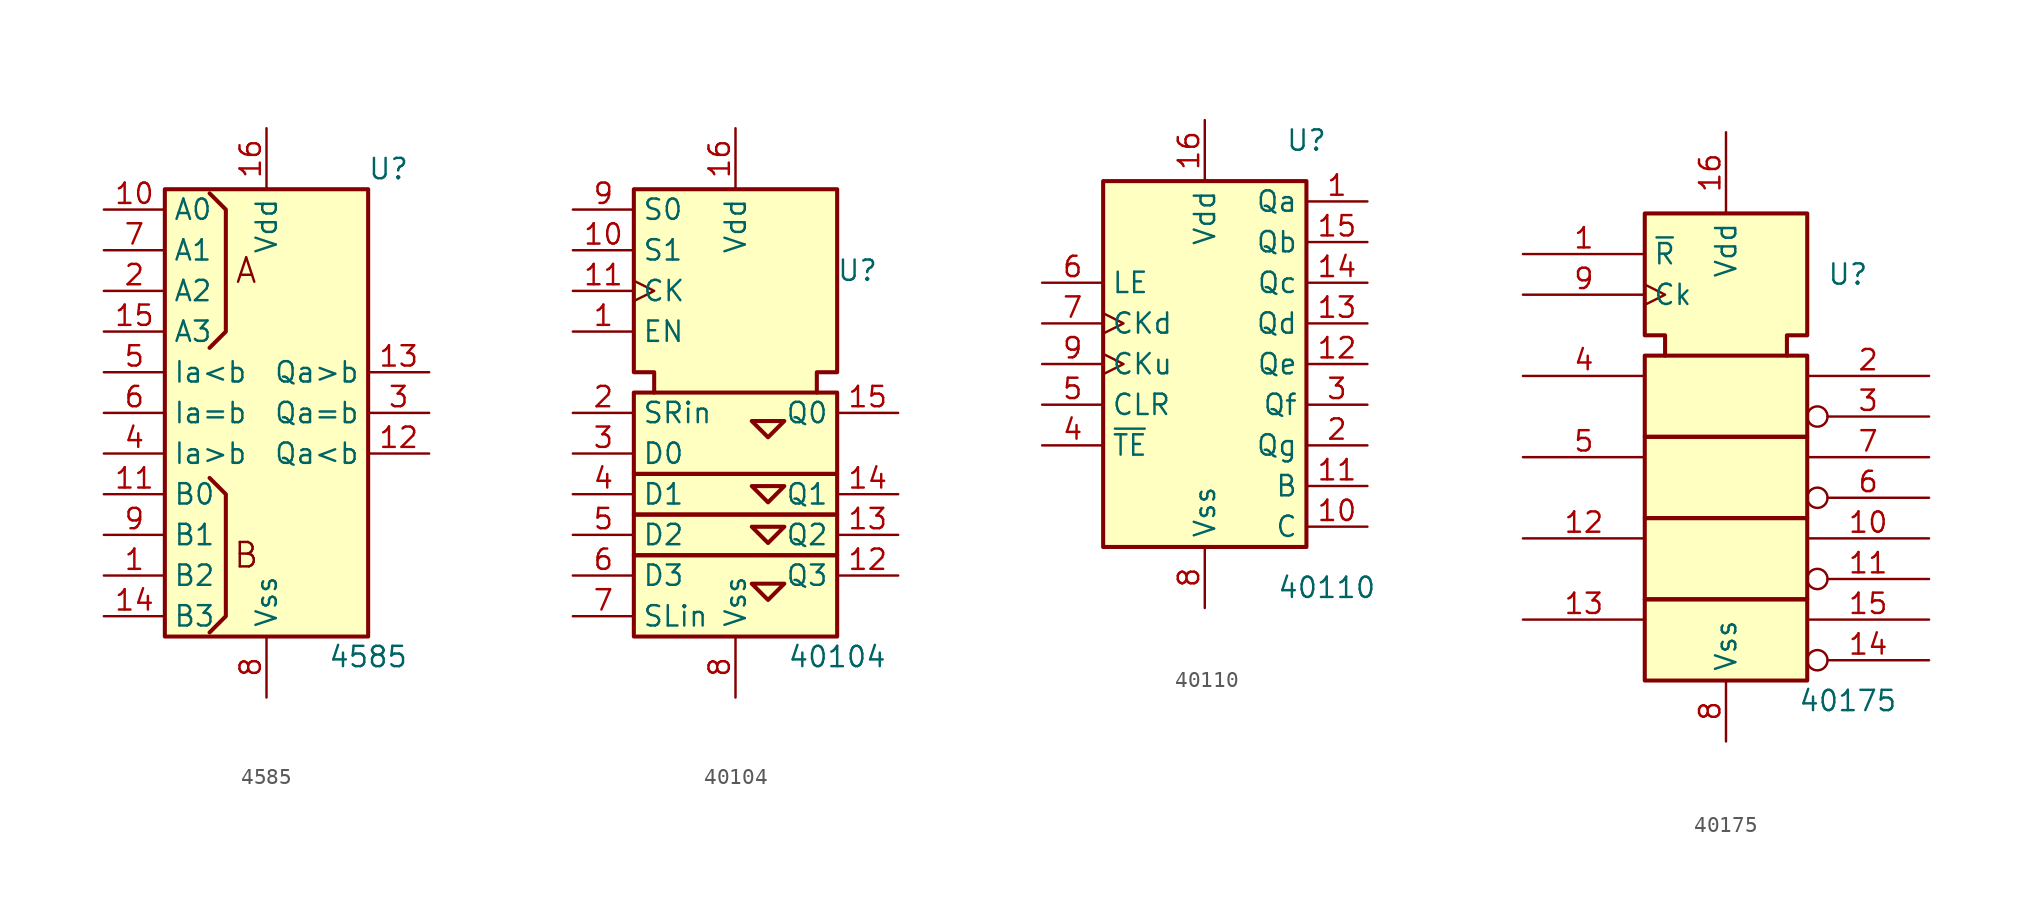
<source format=kicad_sym>
(kicad_symbol_lib
  (version 20220914)
  (generator kicad_symbol_editor)
  (symbol "4585"
    (property "Reference" "U"
      (at 7.62 15.24 0)
      (effects (font (size 1.27 1.27))))
    (property "Value" "4585"
      (at 6.35 -15.24 0)
      (effects (font (size 1.27 1.27))))
    (symbol "4585_0_0"
      (rectangle (start -6.35 13.97) (end 6.35 -13.97) (stroke (width 0.254) (type default)) (fill (type background)))
      (polyline (pts (xy -3.556 -4.064) (xy -2.54 -5.08) (xy -2.54 -12.7) (xy -3.556 -13.716) (xy -3.556 -13.716)) (stroke (width 0.254) (type default)) (fill (type background)))
      (text "A" (at -1.27 8.89 0) (effects (font (size 1.524 1.524))))
      (text "B" (at -1.27 -8.89 0) (effects (font (size 1.524 1.524)))))
    (symbol "4585_0_1"
      (polyline (pts (xy -3.556 4.064) (xy -2.54 5.08) (xy -2.54 12.7) (xy -3.556 13.716) (xy -3.556 13.716)) (stroke (width 0.254) (type default)) (fill (type background)))
      (pin power_in line (at 0 17.78 270) (length 3.81) (name "Vdd" (effects (font (size 1.27 1.27)))) (number "16" (effects (font (size 1.27 1.27)))))
      (pin power_in line (at 0 -17.78 90) (length 3.81) (name "Vss" (effects (font (size 1.27 1.27)))) (number "8" (effects (font (size 1.27 1.27))))))
    (symbol "4585_1_1"
      (pin input line (at -10.16 -10.16 0) (length 3.81) (name "B2" (effects (font (size 1.27 1.27)))) (number "1" (effects (font (size 1.27 1.27)))))
      (pin input line (at -10.16 12.7 0) (length 3.81) (name "A0" (effects (font (size 1.27 1.27)))) (number "10" (effects (font (size 1.27 1.27)))))
      (pin input line (at -10.16 -5.08 0) (length 3.81) (name "B0" (effects (font (size 1.27 1.27)))) (number "11" (effects (font (size 1.27 1.27)))))
      (pin output line (at 10.16 -2.54 180) (length 3.81) (name "Qa<b" (effects (font (size 1.27 1.27)))) (number "12" (effects (font (size 1.27 1.27)))))
      (pin output line (at 10.16 2.54 180) (length 3.81) (name "Qa>b" (effects (font (size 1.27 1.27)))) (number "13" (effects (font (size 1.27 1.27)))))
      (pin input line (at -10.16 -12.7 0) (length 3.81) (name "B3" (effects (font (size 1.27 1.27)))) (number "14" (effects (font (size 1.27 1.27)))))
      (pin input line (at -10.16 5.08 0) (length 3.81) (name "A3" (effects (font (size 1.27 1.27)))) (number "15" (effects (font (size 1.27 1.27)))))
      (pin input line (at -10.16 7.62 0) (length 3.81) (name "A2" (effects (font (size 1.27 1.27)))) (number "2" (effects (font (size 1.27 1.27)))))
      (pin output line (at 10.16 0 180) (length 3.81) (name "Qa=b" (effects (font (size 1.27 1.27)))) (number "3" (effects (font (size 1.27 1.27)))))
      (pin input line (at -10.16 -2.54 0) (length 3.81) (name "Ia>b" (effects (font (size 1.27 1.27)))) (number "4" (effects (font (size 1.27 1.27)))))
      (pin input line (at -10.16 2.54 0) (length 3.81) (name "Ia<b" (effects (font (size 1.27 1.27)))) (number "5" (effects (font (size 1.27 1.27)))))
      (pin input line (at -10.16 0 0) (length 3.81) (name "Ia=b" (effects (font (size 1.27 1.27)))) (number "6" (effects (font (size 1.27 1.27)))))
      (pin input line (at -10.16 10.16 0) (length 3.81) (name "A1" (effects (font (size 1.27 1.27)))) (number "7" (effects (font (size 1.27 1.27)))))
      (pin input line (at -10.16 -7.62 0) (length 3.81) (name "B1" (effects (font (size 1.27 1.27)))) (number "9" (effects (font (size 1.27 1.27)))))))
  (symbol "40104"
    (property "Reference" "U"
      (at 7.62 8.89 0)
      (effects (font (size 1.27 1.27))))
    (property "Value" "40104"
      (at 6.35 -15.24 0)
      (effects (font (size 1.27 1.27))))
    (symbol "40104_0_0"
      (rectangle (start -6.35 -8.89) (end 6.35 -13.97) (stroke (width 0.254) (type default)) (fill (type background)))
      (rectangle (start -6.35 -6.35) (end 6.35 -8.89) (stroke (width 0.254) (type default)) (fill (type background))))
    (symbol "40104_0_1"
      (rectangle (start -6.35 -3.81) (end 6.35 -6.35) (stroke (width 0.254) (type default)) (fill (type background)))
      (rectangle (start -6.35 1.27) (end 6.35 -3.81) (stroke (width 0.254) (type default)) (fill (type background)))
      (polyline (pts (xy 1.016 -10.668) (xy 3.048 -10.668) (xy 2.032 -11.684) (xy 1.016 -10.668) (xy 1.016 -10.668)) (stroke (width 0.254) (type default)) (fill (type background)))
      (polyline (pts (xy 1.016 -7.112) (xy 2.032 -8.128) (xy 3.048 -7.112) (xy 1.016 -7.112) (xy 1.016 -7.112)) (stroke (width 0.254) (type default)) (fill (type background)))
      (polyline (pts (xy 1.016 -4.572) (xy 2.032 -5.588) (xy 3.048 -4.572) (xy 1.016 -4.572) (xy 1.016 -4.572)) (stroke (width 0.254) (type default)) (fill (type background)))
      (polyline (pts (xy 1.016 -0.508) (xy 2.032 -1.524) (xy 3.048 -0.508) (xy 1.016 -0.508) (xy 1.016 -0.508)) (stroke (width 0.254) (type default)) (fill (type background)))
      (polyline (pts (xy -5.08 1.27) (xy -5.08 2.54) (xy -6.35 2.54) (xy -6.35 13.97) (xy 6.35 13.97) (xy 6.35 2.54) (xy 5.08 2.54) (xy 5.08 1.27) (xy 5.08 1.27)) (stroke (width 0.254) (type default)) (fill (type background))))
    (symbol "40104_1_1"
      (pin input line (at -10.16 5.08 0) (length 3.81) (name "EN" (effects (font (size 1.27 1.27)))) (number "1" (effects (font (size 1.27 1.27)))))
      (pin input line (at -10.16 10.16 0) (length 3.81) (name "S1" (effects (font (size 1.27 1.27)))) (number "10" (effects (font (size 1.27 1.27)))))
      (pin input clock (at -10.16 7.62 0) (length 3.81) (name "CK" (effects (font (size 1.27 1.27)))) (number "11" (effects (font (size 1.27 1.27)))))
      (pin output line (at 10.16 -10.16 180) (length 3.81) (name "Q3" (effects (font (size 1.27 1.27)))) (number "12" (effects (font (size 1.27 1.27)))))
      (pin output line (at 10.16 -7.62 180) (length 3.81) (name "Q2" (effects (font (size 1.27 1.27)))) (number "13" (effects (font (size 1.27 1.27)))))
      (pin output line (at 10.16 -5.08 180) (length 3.81) (name "Q1" (effects (font (size 1.27 1.27)))) (number "14" (effects (font (size 1.27 1.27)))))
      (pin output line (at 10.16 0 180) (length 3.81) (name "Q0" (effects (font (size 1.27 1.27)))) (number "15" (effects (font (size 1.27 1.27)))))
      (pin power_in line (at 0 17.78 270) (length 3.81) (name "Vdd" (effects (font (size 1.27 1.27)))) (number "16" (effects (font (size 1.27 1.27)))))
      (pin input line (at -10.16 0 0) (length 3.81) (name "SRin" (effects (font (size 1.27 1.27)))) (number "2" (effects (font (size 1.27 1.27)))))
      (pin input line (at -10.16 -2.54 0) (length 3.81) (name "D0" (effects (font (size 1.27 1.27)))) (number "3" (effects (font (size 1.27 1.27)))))
      (pin input line (at -10.16 -5.08 0) (length 3.81) (name "D1" (effects (font (size 1.27 1.27)))) (number "4" (effects (font (size 1.27 1.27)))))
      (pin input line (at -10.16 -7.62 0) (length 3.81) (name "D2" (effects (font (size 1.27 1.27)))) (number "5" (effects (font (size 1.27 1.27)))))
      (pin input line (at -10.16 -10.16 0) (length 3.81) (name "D3" (effects (font (size 1.27 1.27)))) (number "6" (effects (font (size 1.27 1.27)))))
      (pin input line (at -10.16 -12.7 0) (length 3.81) (name "SLin" (effects (font (size 1.27 1.27)))) (number "7" (effects (font (size 1.27 1.27)))))
      (pin power_in line (at 0 -17.78 90) (length 3.81) (name "Vss" (effects (font (size 1.27 1.27)))) (number "8" (effects (font (size 1.27 1.27)))))
      (pin input line (at -10.16 12.7 0) (length 3.81) (name "S0" (effects (font (size 1.27 1.27)))) (number "9" (effects (font (size 1.27 1.27)))))))
  (symbol "40110"
    (property "Reference" "U"
      (at 6.35 13.97 0)
      (effects (font (size 1.27 1.27))))
    (property "Value" "40110"
      (at 7.62 -13.97 0)
      (effects (font (size 1.27 1.27))))
    (symbol "40110_0_1"
      (rectangle (start -6.35 11.43) (end 6.35 -11.43) (stroke (width 0.254) (type default)) (fill (type background))))
    (symbol "40110_1_1"
      (pin output line (at 10.16 10.16 180) (length 3.81) (name "Qa" (effects (font (size 1.27 1.27)))) (number "1" (effects (font (size 1.27 1.27)))))
      (pin output line (at 10.16 -10.16 180) (length 3.81) (name "C" (effects (font (size 1.27 1.27)))) (number "10" (effects (font (size 1.27 1.27)))))
      (pin output line (at 10.16 -7.62 180) (length 3.81) (name "B" (effects (font (size 1.27 1.27)))) (number "11" (effects (font (size 1.27 1.27)))))
      (pin output line (at 10.16 0 180) (length 3.81) (name "Qe" (effects (font (size 1.27 1.27)))) (number "12" (effects (font (size 1.27 1.27)))))
      (pin output line (at 10.16 2.54 180) (length 3.81) (name "Qd" (effects (font (size 1.27 1.27)))) (number "13" (effects (font (size 1.27 1.27)))))
      (pin output line (at 10.16 5.08 180) (length 3.81) (name "Qc" (effects (font (size 1.27 1.27)))) (number "14" (effects (font (size 1.27 1.27)))))
      (pin output line (at 10.16 7.62 180) (length 3.81) (name "Qb" (effects (font (size 1.27 1.27)))) (number "15" (effects (font (size 1.27 1.27)))))
      (pin power_in line (at 0 15.24 270) (length 3.81) (name "Vdd" (effects (font (size 1.27 1.27)))) (number "16" (effects (font (size 1.27 1.27)))))
      (pin output line (at 10.16 -5.08 180) (length 3.81) (name "Qg" (effects (font (size 1.27 1.27)))) (number "2" (effects (font (size 1.27 1.27)))))
      (pin output line (at 10.16 -2.54 180) (length 3.81) (name "Qf" (effects (font (size 1.27 1.27)))) (number "3" (effects (font (size 1.27 1.27)))))
      (pin input line (at -10.16 -5.08 0) (length 3.81) (name "~{TE}" (effects (font (size 1.27 1.27)))) (number "4" (effects (font (size 1.27 1.27)))))
      (pin input line (at -10.16 -2.54 0) (length 3.81) (name "CLR" (effects (font (size 1.27 1.27)))) (number "5" (effects (font (size 1.27 1.27)))))
      (pin input line (at -10.16 5.08 0) (length 3.81) (name "LE" (effects (font (size 1.27 1.27)))) (number "6" (effects (font (size 1.27 1.27)))))
      (pin input clock (at -10.16 2.54 0) (length 3.81) (name "CKd" (effects (font (size 1.27 1.27)))) (number "7" (effects (font (size 1.27 1.27)))))
      (pin power_in line (at 0 -15.24 90) (length 3.81) (name "Vss" (effects (font (size 1.27 1.27)))) (number "8" (effects (font (size 1.27 1.27)))))
      (pin input clock (at -10.16 0 0) (length 3.81) (name "CKu" (effects (font (size 1.27 1.27)))) (number "9" (effects (font (size 1.27 1.27)))))))
  (symbol "40175"
    (property "Reference" "U"
      (at 7.62 11.43 0)
      (effects (font (size 1.27 1.27))))
    (property "Value" "40175"
      (at 7.62 -15.24 0)
      (effects (font (size 1.27 1.27))))
    (symbol "40175_0_1"
      (rectangle (start -5.08 -8.89) (end 5.08 -13.97) (stroke (width 0.254) (type default)) (fill (type background)))
      (rectangle (start -5.08 1.27) (end 5.08 -3.81) (stroke (width 0.254) (type default)) (fill (type background)))
      (polyline (pts (xy -3.81 6.35) (xy -3.81 7.62) (xy -5.08 7.62) (xy -5.08 15.24) (xy 5.08 15.24) (xy 5.08 7.62) (xy 3.81 7.62) (xy 3.81 6.35) (xy 3.81 6.35)) (stroke (width 0.254) (type default)) (fill (type background)))
      (rectangle (start 5.08 -3.81) (end -5.08 -8.89) (stroke (width 0.254) (type default)) (fill (type background)))
      (rectangle (start 5.08 6.35) (end -5.08 1.27) (stroke (width 0.254) (type default)) (fill (type background))))
    (symbol "40175_1_0"
      (pin input line (at -12.7 12.7 0) (length 7.62) (name "~{R}" (effects (font (size 1.27 1.27)))) (number "1" (effects (font (size 1.27 1.27)))))
      (pin output line (at 12.7 -5.08 180) (length 7.62) (name "~" (effects (font (size 1.27 1.27)))) (number "10" (effects (font (size 1.27 1.27)))))
      (pin output inverted (at 12.7 -7.62 180) (length 7.62) (name "~" (effects (font (size 1.27 1.27)))) (number "11" (effects (font (size 1.27 1.27)))))
      (pin input line (at -12.7 -5.08 0) (length 7.62) (name "~" (effects (font (size 1.27 1.27)))) (number "12" (effects (font (size 1.27 1.27)))))
      (pin input line (at -12.7 -10.16 0) (length 7.62) (name "~" (effects (font (size 1.27 1.27)))) (number "13" (effects (font (size 1.27 1.27)))))
      (pin output inverted (at 12.7 -12.7 180) (length 7.62) (name "~" (effects (font (size 1.27 1.27)))) (number "14" (effects (font (size 1.27 1.27)))))
      (pin output line (at 12.7 -10.16 180) (length 7.62) (name "~" (effects (font (size 1.27 1.27)))) (number "15" (effects (font (size 1.27 1.27)))))
      (pin power_in line (at 0 20.32 270) (length 5.08) (name "Vdd" (effects (font (size 1.27 1.27)))) (number "16" (effects (font (size 1.27 1.27)))))
      (pin output line (at 12.7 5.08 180) (length 7.62) (name "~" (effects (font (size 1.27 1.27)))) (number "2" (effects (font (size 1.27 1.27)))))
      (pin output inverted (at 12.7 2.54 180) (length 7.62) (name "~" (effects (font (size 1.27 1.27)))) (number "3" (effects (font (size 1.27 1.27)))))
      (pin input line (at -12.7 5.08 0) (length 7.62) (name "~" (effects (font (size 1.27 1.27)))) (number "4" (effects (font (size 1.27 1.27)))))
      (pin input line (at -12.7 0 0) (length 7.62) (name "~" (effects (font (size 1.27 1.27)))) (number "5" (effects (font (size 1.27 1.27)))))
      (pin output inverted (at 12.7 -2.54 180) (length 7.62) (name "~" (effects (font (size 1.27 1.27)))) (number "6" (effects (font (size 1.27 1.27)))))
      (pin output line (at 12.7 0 180) (length 7.62) (name "~" (effects (font (size 1.27 1.27)))) (number "7" (effects (font (size 1.27 1.27)))))
      (pin power_in line (at 0 -17.78 90) (length 3.81) (name "Vss" (effects (font (size 1.27 1.27)))) (number "8" (effects (font (size 1.27 1.27)))))
      (pin input clock (at -12.7 10.16 0) (length 7.62) (name "Ck" (effects (font (size 1.27 1.27)))) (number "9" (effects (font (size 1.27 1.27))))))))
</source>
